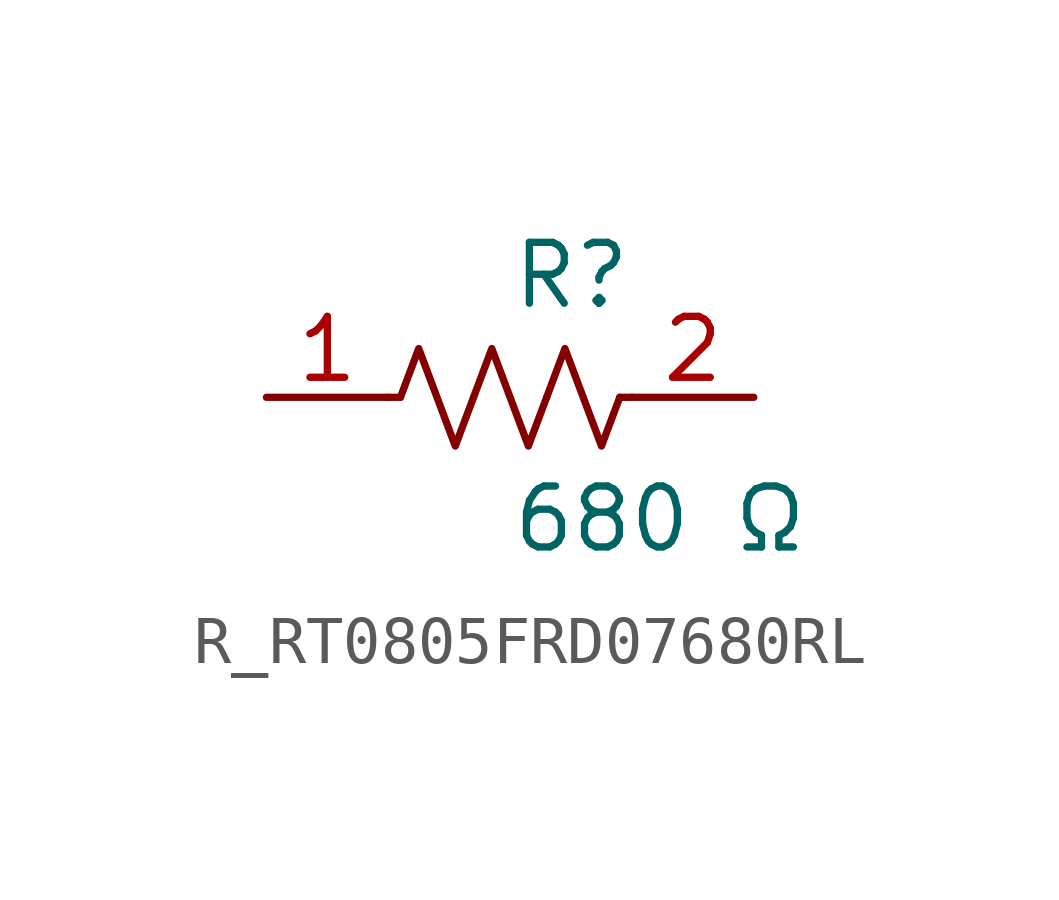
<source format=kicad_sym>
(kicad_symbol_lib
  (version 20231120)
  (generator kicad_symbol_editor)
  (generator_version 8.0)
  (symbol "R_RT0805FRD07680RL"
    (pin_names
      (offset 0.254))
    (property "Reference" "R"
      (at 0 2.54 0)
      (effects (font (size 1.27 1.27)) (justify left)))
    (property "Value" "680 Ω"
      (at 0 -2.54 0)
      (effects (font (size 1.27 1.27)) (justify left)))
    (symbol "R_RT0805FRD07680RL_0_1"
      (polyline (pts (xy 2.286 0) (xy 2.54 0)) (stroke (width 0) (type default)) (fill (type none)))
      (polyline (pts (xy -2.286 0) (xy -2.54 0)) (stroke (width 0) (type default)) (fill (type none)))
      (polyline (pts (xy 0.762 0) (xy 1.143 1.016) (xy 1.524 0) (xy 1.905 -1.016) (xy 2.286 0)) (stroke (width 0) (type default)) (fill (type none)))
      (polyline (pts (xy -0.762 0) (xy -0.381 1.016) (xy 0 0) (xy 0.381 -1.016) (xy 0.762 0)) (stroke (width 0) (type default)) (fill (type none)))
      (polyline (pts (xy -2.286 0) (xy -1.905 1.016) (xy -1.524 0) (xy -1.143 -1.016) (xy -0.762 0)) (stroke (width 0) (type default)) (fill (type none))))
    (pin unspecified line
      (at -5.08 0 0)
      (length 2.54)
      (name "" (effects (font (size 1.27 1.27))))
      (number "1" (effects (font (size 1.27 1.27)))))
    (pin unspecified line
      (at 5.08 0 180)
      (length 2.54)
      (name "" (effects (font (size 1.27 1.27))))
      (number "2" (effects (font (size 1.27 1.27)))))))
</source>
